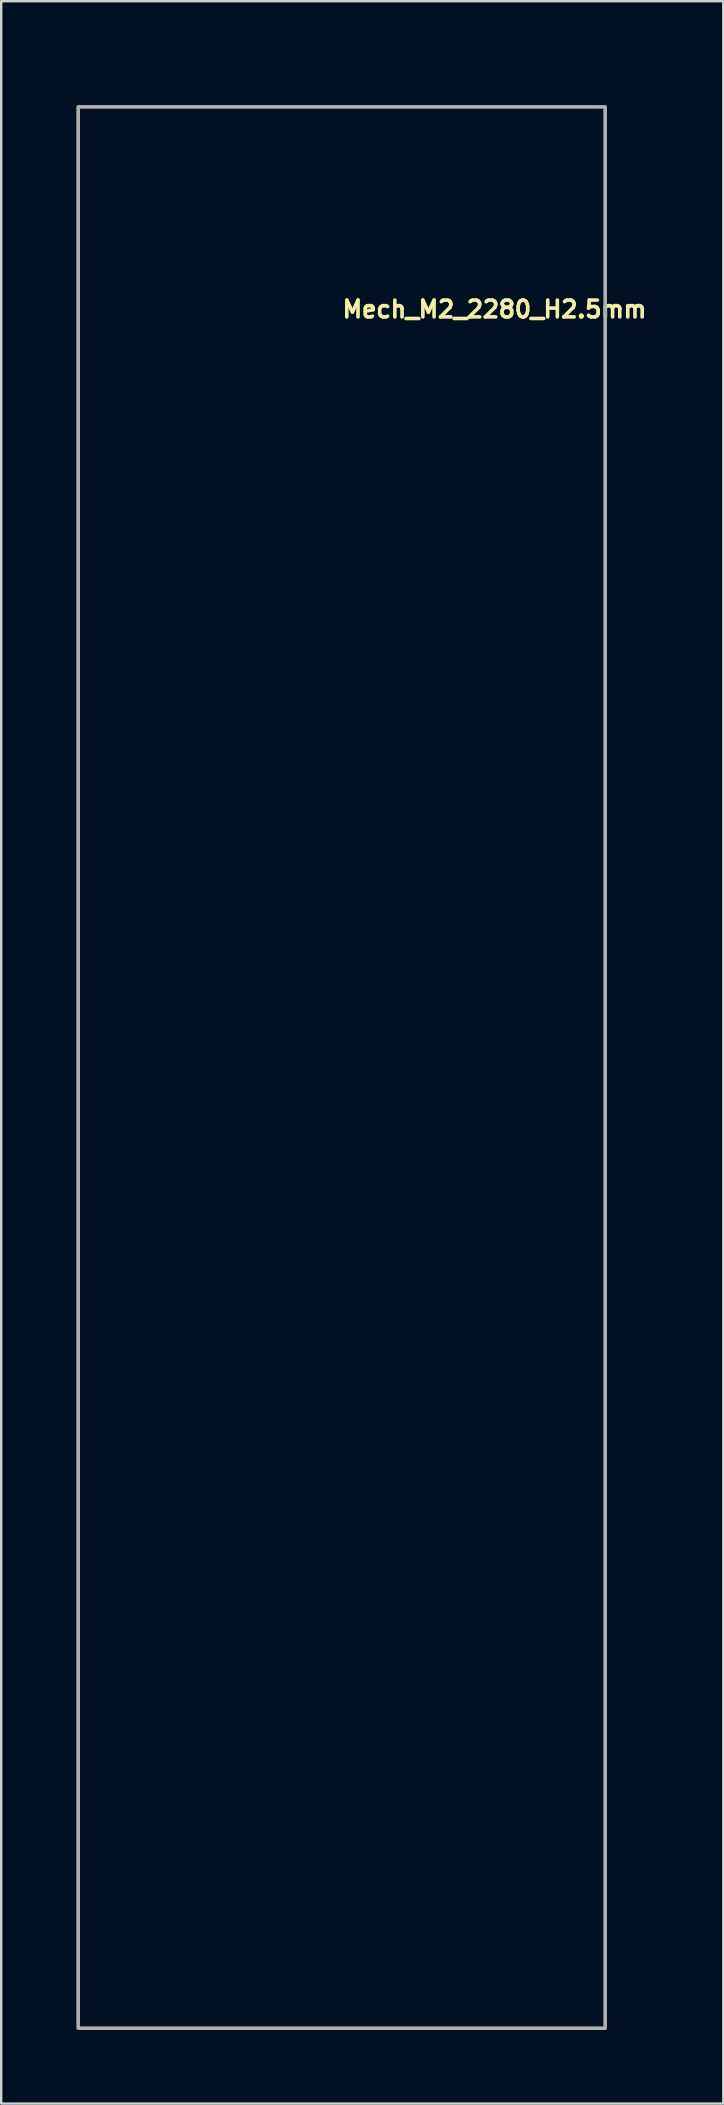
<source format=kicad_pcb>
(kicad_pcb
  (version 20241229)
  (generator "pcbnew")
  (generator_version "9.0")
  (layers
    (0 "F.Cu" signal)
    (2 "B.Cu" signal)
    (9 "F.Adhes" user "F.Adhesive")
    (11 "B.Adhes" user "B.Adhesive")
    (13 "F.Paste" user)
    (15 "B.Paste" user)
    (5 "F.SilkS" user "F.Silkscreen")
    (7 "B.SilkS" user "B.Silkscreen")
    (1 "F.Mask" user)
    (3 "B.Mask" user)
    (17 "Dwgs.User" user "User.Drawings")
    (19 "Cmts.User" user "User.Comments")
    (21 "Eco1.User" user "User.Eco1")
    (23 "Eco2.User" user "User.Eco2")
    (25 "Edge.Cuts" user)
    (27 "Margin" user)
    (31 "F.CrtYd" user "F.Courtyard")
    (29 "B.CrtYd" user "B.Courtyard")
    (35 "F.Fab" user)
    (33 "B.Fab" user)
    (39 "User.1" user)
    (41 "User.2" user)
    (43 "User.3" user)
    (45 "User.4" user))
  (footprint "Mech_M2_2280_H2.5mm"
    (layer "F.Cu")
    (at 11.127 1.35)
    (property "Reference" "Mech_M2_2280_H2.5mm" (at 0 8.89 180) (layer "F.SilkS") (effects (font (size 0.7 0.7) (thickness 0.15)) (justify left bottom)))
    (attr through_hole exclude_from_pos_files exclude_from_bom)
    (fp_line (start -11 0) (end -11 80.001) (stroke (width 0.2) (type solid)) (layer "Eco1.User"))
    (fp_line (start -11 80.001) (end 10.999 80.001) (stroke (width 0.2) (type solid)) (layer "Eco1.User"))
    (fp_line (start 10.999 0) (end -11 0) (stroke (width 0.2) (type solid)) (layer "Eco1.User"))
    (fp_line (start 10.999 80.001) (end 10.999 0) (stroke (width 0.2) (type solid)) (layer "Eco1.User"))
    (fp_circle (center 0 0) (end -1.25 0) (stroke (width 0.2) (type solid)) (fill no) (layer "Eco1.User"))
    (fp_rect (start -10.922 0.051) (end 11.024 80.061) (stroke (width 0.15) (type solid)) (fill no) (layer "F.Fab"))
    (fp_rect (start -11.077 0) (end 11.076 80.15) (stroke (width 0.1) (type solid)) (fill no) (layer "User.5"))
    (fp_rect (start -11.077 0) (end 11.076 80.15) (stroke (width 0.1) (type solid)) (fill no) (layer "User.5"))
    (fp_line (start -11.077 0) (end -11.077 6.296) (stroke (width 0.02) (type solid)) (layer "User.9"))
    (fp_line (start -11.077 6.296) (end -10.705 6.78) (stroke (width 0.02) (type solid)) (layer "User.9"))
    (fp_line (start -11.077 14.297) (end -11.077 67.087) (stroke (width 0.02) (type solid)) (layer "User.9"))
    (fp_line (start -11.077 74.41) (end -11.077 76.063) (stroke (width 0.02) (type solid)) (layer "User.9"))
    (fp_line (start -10.705 6.78) (end -10.705 13.781) (stroke (width 0.02) (type solid)) (layer "User.9"))
    (fp_line (start -10.705 13.781) (end -11.077 14.297) (stroke (width 0.02) (type solid)) (layer "User.9"))
    (fp_line (start -10.705 67.531) (end -11.077 67.087) (stroke (width 0.02) (type solid)) (layer "User.9"))
    (fp_line (start -10.705 67.531) (end -10.705 73.938) (stroke (width 0.02) (type solid)) (layer "User.9"))
    (fp_line (start -10.705 73.938) (end -11.077 74.41) (stroke (width 0.02) (type solid)) (layer "User.9"))
    (fp_line (start -10.276 29.629) (end -9.632 29.629) (stroke (width 0.02) (type solid)) (layer "User.9"))
    (fp_line (start -10.276 30.2) (end -10.276 29.629) (stroke (width 0.02) (type solid)) (layer "User.9"))
    (fp_line (start -10.269 76.078) (end -11.077 76.063) (stroke (width 0.02) (type solid)) (layer "User.9"))
    (fp_line (start -10.257 21.38) (end -9.789 21.38) (stroke (width 0.02) (type solid)) (layer "User.9"))
    (fp_line (start -10.257 21.931) (end -10.257 21.38) (stroke (width 0.02) (type solid)) (layer "User.9"))
    (fp_line (start -10.224 1.273) (end -10.212 1.173) (stroke (width 0.02) (type solid)) (layer "User.9"))
    (fp_line (start -10.224 1.274) (end -10.186 1.368) (stroke (width 0.02) (type solid)) (layer "User.9"))
    (fp_line (start -10.216 38.534) (end -10.216 38.963) (stroke (width 0.02) (type solid)) (layer "User.9"))
    (fp_line (start -10.216 38.963) (end -9.741 38.963) (stroke (width 0.02) (type solid)) (layer "User.9"))
    (fp_line (start -10.212 1.173) (end -10.186 1.112) (stroke (width 0.02) (type solid)) (layer "User.9"))
    (fp_line (start -10.212 23.658) (end -9.744 23.658) (stroke (width 0.02) (type solid)) (layer "User.9"))
    (fp_line (start -10.212 24.207) (end -10.212 23.658) (stroke (width 0.02) (type solid)) (layer "User.9"))
    (fp_line (start -10.186 1.112) (end -10.144 1.06) (stroke (width 0.02) (type solid)) (layer "User.9"))
    (fp_line (start -10.186 1.368) (end -10.144 1.423) (stroke (width 0.02) (type solid)) (layer "User.9"))
    (fp_line (start -10.183 36.656) (end -10.183 37.173) (stroke (width 0.02) (type solid)) (layer "User.9"))
    (fp_line (start -10.183 37.173) (end -9.792 37.173) (stroke (width 0.02) (type solid)) (layer "User.9"))
    (fp_line (start -10.148 76.129) (end -10.269 76.078) (stroke (width 0.02) (type solid)) (layer "User.9"))
    (fp_line (start -10.144 1.423) (end -10.091 1.463) (stroke (width 0.02) (type solid)) (layer "User.9"))
    (fp_line (start -10.093 74.435) (end -10.067 74.641) (stroke (width 0.02) (type solid)) (layer "User.9"))
    (fp_line (start -10.091 1.017) (end -10.144 1.06) (stroke (width 0.02) (type solid)) (layer "User.9"))
    (fp_line (start -10.091 1.463) (end -10.029 1.489) (stroke (width 0.02) (type solid)) (layer "User.9"))
    (fp_line (start -10.067 74.227) (end -10.093 74.435) (stroke (width 0.02) (type solid)) (layer "User.9"))
    (fp_line (start -10.067 74.227) (end -9.987 74.035) (stroke (width 0.02) (type solid)) (layer "User.9"))
    (fp_line (start -10.067 74.641) (end -9.987 74.834) (stroke (width 0.02) (type solid)) (layer "User.9"))
    (fp_line (start -10.045 76.209) (end -10.148 76.129) (stroke (width 0.02) (type solid)) (layer "User.9"))
    (fp_line (start -10.042 60.676) (end -10.042 60.015) (stroke (width 0.02) (type solid)) (layer "User.9"))
    (fp_line (start -10.042 60.676) (end -8.862 60.676) (stroke (width 0.02) (type solid)) (layer "User.9"))
    (fp_line (start -10.029 0.992) (end -10.091 1.017) (stroke (width 0.02) (type solid)) (layer "User.9"))
    (fp_line (start -10.013 34.887) (end -10.013 35.938) (stroke (width 0.02) (type solid)) (layer "User.9"))
    (fp_line (start -10.013 35.938) (end -9.317 35.938) (stroke (width 0.02) (type solid)) (layer "User.9"))
    (fp_line (start -9.987 74.035) (end -9.859 73.87) (stroke (width 0.02) (type solid)) (layer "User.9"))
    (fp_line (start -9.987 74.834) (end -9.859 75.001) (stroke (width 0.02) (type solid)) (layer "User.9"))
    (fp_line (start -9.971 67.682) (end -9.971 68.231) (stroke (width 0.02) (type solid)) (layer "User.9"))
    (fp_line (start -9.971 67.682) (end -9.503 67.682) (stroke (width 0.02) (type solid)) (layer "User.9"))
    (fp_line (start -9.965 76.313) (end -10.045 76.209) (stroke (width 0.02) (type solid)) (layer "User.9"))
    (fp_line (start -9.962 0.983) (end -10.029 0.992) (stroke (width 0.02) (type solid)) (layer "User.9"))
    (fp_line (start -9.962 0.983) (end -9.897 0.992) (stroke (width 0.02) (type solid)) (layer "User.9"))
    (fp_line (start -9.962 1.499) (end -10.029 1.489) (stroke (width 0.02) (type solid)) (layer "User.9"))
    (fp_line (start -9.952 9.967) (end -9.484 9.967) (stroke (width 0.02) (type solid)) (layer "User.9"))
    (fp_line (start -9.952 10.518) (end -9.952 9.967) (stroke (width 0.02) (type solid)) (layer "User.9"))
    (fp_line (start -9.915 76.433) (end -9.965 76.313) (stroke (width 0.02) (type solid)) (layer "User.9"))
    (fp_line (start -9.898 76.563) (end -9.915 76.433) (stroke (width 0.02) (type solid)) (layer "User.9"))
    (fp_line (start -9.898 76.563) (end -9.898 80.15) (stroke (width 0.02) (type solid)) (layer "User.9"))
    (fp_line (start -9.898 80.15) (end -6.829 80.15) (stroke (width 0.02) (type solid)) (layer "User.9"))
    (fp_line (start -9.897 0.992) (end -9.833 1.017) (stroke (width 0.02) (type solid)) (layer "User.9"))
    (fp_line (start -9.897 1.489) (end -9.962 1.499) (stroke (width 0.02) (type solid)) (layer "User.9"))
    (fp_line (start -9.897 1.489) (end -9.833 1.463) (stroke (width 0.02) (type solid)) (layer "User.9"))
    (fp_line (start -9.862 7.7) (end -9.394 7.7) (stroke (width 0.02) (type solid)) (layer "User.9"))
    (fp_line (start -9.862 8.249) (end -9.862 7.7) (stroke (width 0.02) (type solid)) (layer "User.9"))
    (fp_line (start -9.859 62.197) (end -9.859 61.728) (stroke (width 0.02) (type solid)) (layer "User.9"))
    (fp_line (start -9.859 73.87) (end -9.695 73.742) (stroke (width 0.02) (type solid)) (layer "User.9"))
    (fp_line (start -9.849 70.453) (end -9.849 72.23) (stroke (width 0.02) (type solid)) (layer "User.9"))
    (fp_line (start -9.849 70.453) (end -8.527 70.453) (stroke (width 0.02) (type solid)) (layer "User.9"))
    (fp_line (start -9.833 1.017) (end -9.779 1.06) (stroke (width 0.02) (type solid)) (layer "User.9"))
    (fp_line (start -9.792 36.656) (end -10.183 36.656) (stroke (width 0.02) (type solid)) (layer "User.9"))
    (fp_line (start -9.792 37.173) (end -9.792 36.656) (stroke (width 0.02) (type solid)) (layer "User.9"))
    (fp_line (start -9.789 21.931) (end -10.257 21.931) (stroke (width 0.02) (type solid)) (layer "User.9"))
    (fp_line (start -9.789 21.931) (end -9.789 21.38) (stroke (width 0.02) (type solid)) (layer "User.9"))
    (fp_line (start -9.779 1.423) (end -9.833 1.463) (stroke (width 0.02) (type solid)) (layer "User.9"))
    (fp_line (start -9.779 1.423) (end -9.74 1.368) (stroke (width 0.02) (type solid)) (layer "User.9"))
    (fp_line (start -9.744 24.207) (end -10.212 24.207) (stroke (width 0.02) (type solid)) (layer "User.9"))
    (fp_line (start -9.744 24.207) (end -9.744 23.658) (stroke (width 0.02) (type solid)) (layer "User.9"))
    (fp_line (start -9.741 38.534) (end -10.216 38.534) (stroke (width 0.02) (type solid)) (layer "User.9"))
    (fp_line (start -9.741 38.963) (end -9.741 38.534) (stroke (width 0.02) (type solid)) (layer "User.9"))
    (fp_line (start -9.74 1.112) (end -9.779 1.06) (stroke (width 0.02) (type solid)) (layer "User.9"))
    (fp_line (start -9.74 1.368) (end -9.715 1.308) (stroke (width 0.02) (type solid)) (layer "User.9"))
    (fp_line (start -9.715 1.173) (end -9.74 1.112) (stroke (width 0.02) (type solid)) (layer "User.9"))
    (fp_line (start -9.705 1.241) (end -9.715 1.173) (stroke (width 0.02) (type solid)) (layer "User.9"))
    (fp_line (start -9.705 1.241) (end -9.715 1.308) (stroke (width 0.02) (type solid)) (layer "User.9"))
    (fp_line (start -9.695 73.742) (end -9.5 73.662) (stroke (width 0.02) (type solid)) (layer "User.9"))
    (fp_line (start -9.695 75.126) (end -9.859 75.001) (stroke (width 0.02) (type solid)) (layer "User.9"))
    (fp_line (start -9.632 29.629) (end -9.632 30.2) (stroke (width 0.02) (type solid)) (layer "User.9"))
    (fp_line (start -9.632 30.2) (end -10.276 30.2) (stroke (width 0.02) (type solid)) (layer "User.9"))
    (fp_line (start -9.503 67.682) (end -9.503 68.231) (stroke (width 0.02) (type solid)) (layer "User.9"))
    (fp_line (start -9.503 68.231) (end -9.971 68.231) (stroke (width 0.02) (type solid)) (layer "User.9"))
    (fp_line (start -9.5 75.206) (end -9.695 75.126) (stroke (width 0.02) (type solid)) (layer "User.9"))
    (fp_line (start -9.484 10.518) (end -9.952 10.518) (stroke (width 0.02) (type solid)) (layer "User.9"))
    (fp_line (start -9.484 10.518) (end -9.484 9.967) (stroke (width 0.02) (type solid)) (layer "User.9"))
    (fp_line (start -9.463 40.706) (end 0.934 40.706) (stroke (width 0.02) (type solid)) (layer "User.9"))
    (fp_line (start -9.463 54.484) (end -9.463 40.706) (stroke (width 0.02) (type solid)) (layer "User.9"))
    (fp_line (start -9.394 8.249) (end -9.862 8.249) (stroke (width 0.02) (type solid)) (layer "User.9"))
    (fp_line (start -9.394 8.249) (end -9.394 7.7) (stroke (width 0.02) (type solid)) (layer "User.9"))
    (fp_line (start -9.33 37.005) (end -9.33 39.005) (stroke (width 0.02) (type solid)) (layer "User.9"))
    (fp_line (start -9.33 37.005) (end -6.629 37.005) (stroke (width 0.02) (type solid)) (layer "User.9"))
    (fp_line (start -9.33 39.005) (end -6.629 39.005) (stroke (width 0.02) (type solid)) (layer "User.9"))
    (fp_line (start -9.317 34.887) (end -10.013 34.887) (stroke (width 0.02) (type solid)) (layer "User.9"))
    (fp_line (start -9.317 35.938) (end -9.317 34.887) (stroke (width 0.02) (type solid)) (layer "User.9"))
    (fp_line (start -9.311 61.728) (end -9.859 61.728) (stroke (width 0.02) (type solid)) (layer "User.9"))
    (fp_line (start -9.311 62.197) (end -9.859 62.197) (stroke (width 0.02) (type solid)) (layer "User.9"))
    (fp_line (start -9.311 62.197) (end -9.311 61.728) (stroke (width 0.02) (type solid)) (layer "User.9"))
    (fp_line (start -9.295 73.635) (end -9.5 73.662) (stroke (width 0.02) (type solid)) (layer "User.9"))
    (fp_line (start -9.295 73.635) (end -9.087 73.662) (stroke (width 0.02) (type solid)) (layer "User.9"))
    (fp_line (start -9.295 75.233) (end -9.5 75.206) (stroke (width 0.02) (type solid)) (layer "User.9"))
    (fp_line (start -9.212 1.173) (end -9.221 1.241) (stroke (width 0.02) (type solid)) (layer "User.9"))
    (fp_line (start -9.212 1.308) (end -9.221 1.241) (stroke (width 0.02) (type solid)) (layer "User.9"))
    (fp_line (start -9.186 1.112) (end -9.212 1.173) (stroke (width 0.02) (type solid)) (layer "User.9"))
    (fp_line (start -9.186 1.112) (end -9.144 1.06) (stroke (width 0.02) (type solid)) (layer "User.9"))
    (fp_line (start -9.186 1.368) (end -9.212 1.308) (stroke (width 0.02) (type solid)) (layer "User.9"))
    (fp_line (start -9.144 1.06) (end -9.09 1.017) (stroke (width 0.02) (type solid)) (layer "User.9"))
    (fp_line (start -9.144 1.423) (end -9.186 1.368) (stroke (width 0.02) (type solid)) (layer "User.9"))
    (fp_line (start -9.1 4.184) (end 9.102 4.184) (stroke (width 0.02) (type solid)) (layer "User.9"))
    (fp_line (start -9.1 18.385) (end -9.1 4.184) (stroke (width 0.02) (type solid)) (layer "User.9"))
    (fp_line (start -9.1 19.585) (end 9.102 19.585) (stroke (width 0.02) (type solid)) (layer "User.9"))
    (fp_line (start -9.1 33.783) (end -9.1 19.585) (stroke (width 0.02) (type solid)) (layer "User.9"))
    (fp_line (start -9.09 1.017) (end -9.029 0.992) (stroke (width 0.02) (type solid)) (layer "User.9"))
    (fp_line (start -9.09 1.463) (end -9.144 1.423) (stroke (width 0.02) (type solid)) (layer "User.9"))
    (fp_line (start -9.088 73.662) (end -8.894 73.742) (stroke (width 0.02) (type solid)) (layer "User.9"))
    (fp_line (start -9.087 75.206) (end -9.295 75.233) (stroke (width 0.02) (type solid)) (layer "User.9"))
    (fp_line (start -9.029 1.489) (end -9.09 1.463) (stroke (width 0.02) (type solid)) (layer "User.9"))
    (fp_line (start -8.962 0.983) (end -9.029 0.992) (stroke (width 0.02) (type solid)) (layer "User.9"))
    (fp_line (start -8.962 0.983) (end -8.897 0.992) (stroke (width 0.02) (type solid)) (layer "User.9"))
    (fp_line (start -8.962 1.499) (end -9.029 1.489) (stroke (width 0.02) (type solid)) (layer "User.9"))
    (fp_line (start -8.897 1.489) (end -8.962 1.499) (stroke (width 0.02) (type solid)) (layer "User.9"))
    (fp_line (start -8.894 73.742) (end -8.729 73.87) (stroke (width 0.02) (type solid)) (layer "User.9"))
    (fp_line (start -8.894 75.126) (end -9.087 75.206) (stroke (width 0.02) (type solid)) (layer "User.9"))
    (fp_line (start -8.862 60.015) (end -10.042 60.015) (stroke (width 0.02) (type solid)) (layer "User.9"))
    (fp_line (start -8.862 60.015) (end -8.862 60.676) (stroke (width 0.02) (type solid)) (layer "User.9"))
    (fp_line (start -8.834 1.017) (end -8.897 0.992) (stroke (width 0.02) (type solid)) (layer "User.9"))
    (fp_line (start -8.834 1.463) (end -8.897 1.489) (stroke (width 0.02) (type solid)) (layer "User.9"))
    (fp_line (start -8.779 1.06) (end -8.834 1.017) (stroke (width 0.02) (type solid)) (layer "User.9"))
    (fp_line (start -8.779 1.06) (end -8.74 1.112) (stroke (width 0.02) (type solid)) (layer "User.9"))
    (fp_line (start -8.779 1.423) (end -8.834 1.463) (stroke (width 0.02) (type solid)) (layer "User.9"))
    (fp_line (start -8.74 1.112) (end -8.715 1.173) (stroke (width 0.02) (type solid)) (layer "User.9"))
    (fp_line (start -8.74 1.368) (end -8.779 1.423) (stroke (width 0.02) (type solid)) (layer "User.9"))
    (fp_line (start -8.74 1.368) (end -8.715 1.308) (stroke (width 0.02) (type solid)) (layer "User.9"))
    (fp_line (start -8.729 73.87) (end -8.603 74.035) (stroke (width 0.02) (type solid)) (layer "User.9"))
    (fp_line (start -8.729 75.001) (end -8.894 75.126) (stroke (width 0.02) (type solid)) (layer "User.9"))
    (fp_line (start -8.729 75.001) (end -8.603 74.834) (stroke (width 0.02) (type solid)) (layer "User.9"))
    (fp_line (start -8.715 1.173) (end -8.705 1.241) (stroke (width 0.02) (type solid)) (layer "User.9"))
    (fp_line (start -8.705 1.241) (end -8.715 1.308) (stroke (width 0.02) (type solid)) (layer "User.9"))
    (fp_line (start -8.702 65.167) (end -8.702 64.7) (stroke (width 0.02) (type solid)) (layer "User.9"))
    (fp_line (start -8.603 74.035) (end -8.523 74.227) (stroke (width 0.02) (type solid)) (layer "User.9"))
    (fp_line (start -8.527 72.23) (end -9.849 72.23) (stroke (width 0.02) (type solid)) (layer "User.9"))
    (fp_line (start -8.527 72.23) (end -8.527 70.453) (stroke (width 0.02) (type solid)) (layer "User.9"))
    (fp_line (start -8.523 74.227) (end -8.494 74.435) (stroke (width 0.02) (type solid)) (layer "User.9"))
    (fp_line (start -8.523 74.641) (end -8.603 74.834) (stroke (width 0.02) (type solid)) (layer "User.9"))
    (fp_line (start -8.494 74.435) (end -8.523 74.641) (stroke (width 0.02) (type solid)) (layer "User.9"))
    (fp_line (start -8.266 35.228) (end -8.266 35.616) (stroke (width 0.02) (type solid)) (layer "User.9"))
    (fp_line (start -8.266 35.616) (end -7.749 35.616) (stroke (width 0.02) (type solid)) (layer "User.9"))
    (fp_line (start -8.221 1.241) (end -8.212 1.173) (stroke (width 0.02) (type solid)) (layer "User.9"))
    (fp_line (start -8.221 2.341) (end -8.212 2.407) (stroke (width 0.02) (type solid)) (layer "User.9"))
    (fp_line (start -8.212 1.308) (end -8.221 1.241) (stroke (width 0.02) (type solid)) (layer "User.9"))
    (fp_line (start -8.212 2.273) (end -8.221 2.341) (stroke (width 0.02) (type solid)) (layer "User.9"))
    (fp_line (start -8.212 2.407) (end -8.186 2.468) (stroke (width 0.02) (type solid)) (layer "User.9"))
    (fp_line (start -8.186 1.112) (end -8.212 1.173) (stroke (width 0.02) (type solid)) (layer "User.9"))
    (fp_line (start -8.186 1.112) (end -8.144 1.06) (stroke (width 0.02) (type solid)) (layer "User.9"))
    (fp_line (start -8.186 1.368) (end -8.212 1.308) (stroke (width 0.02) (type solid)) (layer "User.9"))
    (fp_line (start -8.186 2.213) (end -8.212 2.273) (stroke (width 0.02) (type solid)) (layer "User.9"))
    (fp_line (start -8.186 2.213) (end -8.144 2.158) (stroke (width 0.02) (type solid)) (layer "User.9"))
    (fp_line (start -8.186 2.468) (end -8.144 2.523) (stroke (width 0.02) (type solid)) (layer "User.9"))
    (fp_line (start -8.151 64.7) (end -8.702 64.7) (stroke (width 0.02) (type solid)) (layer "User.9"))
    (fp_line (start -8.151 64.7) (end -8.151 65.167) (stroke (width 0.02) (type solid)) (layer "User.9"))
    (fp_line (start -8.151 65.167) (end -8.702 65.167) (stroke (width 0.02) (type solid)) (layer "User.9"))
    (fp_line (start -8.144 1.06) (end -8.09 1.017) (stroke (width 0.02) (type solid)) (layer "User.9"))
    (fp_line (start -8.144 1.423) (end -8.186 1.368) (stroke (width 0.02) (type solid)) (layer "User.9"))
    (fp_line (start -8.144 2.158) (end -8.09 2.119) (stroke (width 0.02) (type solid)) (layer "User.9"))
    (fp_line (start -8.09 1.017) (end -8.029 0.992) (stroke (width 0.02) (type solid)) (layer "User.9"))
    (fp_line (start -8.09 1.463) (end -8.144 1.423) (stroke (width 0.02) (type solid)) (layer "User.9"))
    (fp_line (start -8.09 2.119) (end -8.029 2.092) (stroke (width 0.02) (type solid)) (layer "User.9"))
    (fp_line (start -8.09 2.564) (end -8.144 2.523) (stroke (width 0.02) (type solid)) (layer "User.9"))
    (fp_line (start -8.029 0.992) (end -7.962 0.983) (stroke (width 0.02) (type solid)) (layer "User.9"))
    (fp_line (start -8.029 1.489) (end -8.09 1.463) (stroke (width 0.02) (type solid)) (layer "User.9"))
    (fp_line (start -8.029 2.092) (end -7.962 2.084) (stroke (width 0.02) (type solid)) (layer "User.9"))
    (fp_line (start -8.029 2.588) (end -8.09 2.564) (stroke (width 0.02) (type solid)) (layer "User.9"))
    (fp_line (start -7.962 0.983) (end -7.895 0.992) (stroke (width 0.02) (type solid)) (layer "User.9"))
    (fp_line (start -7.962 1.499) (end -8.029 1.489) (stroke (width 0.02) (type solid)) (layer "User.9"))
    (fp_line (start -7.962 2.084) (end -7.895 2.092) (stroke (width 0.02) (type solid)) (layer "User.9"))
    (fp_line (start -7.962 2.597) (end -8.029 2.588) (stroke (width 0.02) (type solid)) (layer "User.9"))
    (fp_line (start -7.895 1.489) (end -7.962 1.499) (stroke (width 0.02) (type solid)) (layer "User.9"))
    (fp_line (start -7.895 2.092) (end -7.834 2.119) (stroke (width 0.02) (type solid)) (layer "User.9"))
    (fp_line (start -7.895 2.588) (end -7.962 2.597) (stroke (width 0.02) (type solid)) (layer "User.9"))
    (fp_line (start -7.834 1.017) (end -7.895 0.992) (stroke (width 0.02) (type solid)) (layer "User.9"))
    (fp_line (start -7.834 1.463) (end -7.895 1.489) (stroke (width 0.02) (type solid)) (layer "User.9"))
    (fp_line (start -7.834 2.564) (end -7.895 2.588) (stroke (width 0.02) (type solid)) (layer "User.9"))
    (fp_line (start -7.781 1.06) (end -7.834 1.017) (stroke (width 0.02) (type solid)) (layer "User.9"))
    (fp_line (start -7.781 1.423) (end -7.834 1.463) (stroke (width 0.02) (type solid)) (layer "User.9"))
    (fp_line (start -7.781 2.158) (end -7.834 2.119) (stroke (width 0.02) (type solid)) (layer "User.9"))
    (fp_line (start -7.781 2.158) (end -7.739 2.213) (stroke (width 0.02) (type solid)) (layer "User.9"))
    (fp_line (start -7.781 2.523) (end -7.834 2.564) (stroke (width 0.02) (type solid)) (layer "User.9"))
    (fp_line (start -7.749 35.228) (end -8.266 35.228) (stroke (width 0.02) (type solid)) (layer "User.9"))
    (fp_line (start -7.749 35.616) (end -7.749 35.228) (stroke (width 0.02) (type solid)) (layer "User.9"))
    (fp_line (start -7.739 1.112) (end -7.781 1.06) (stroke (width 0.02) (type solid)) (layer "User.9"))
    (fp_line (start -7.739 1.112) (end -7.715 1.173) (stroke (width 0.02) (type solid)) (layer "User.9"))
    (fp_line (start -7.739 1.368) (end -7.781 1.423) (stroke (width 0.02) (type solid)) (layer "User.9"))
    (fp_line (start -7.739 2.213) (end -7.715 2.273) (stroke (width 0.02) (type solid)) (layer "User.9"))
    (fp_line (start -7.739 2.468) (end -7.781 2.523) (stroke (width 0.02) (type solid)) (layer "User.9"))
    (fp_line (start -7.739 2.468) (end -7.715 2.407) (stroke (width 0.02) (type solid)) (layer "User.9"))
    (fp_line (start -7.715 1.173) (end -7.704 1.241) (stroke (width 0.02) (type solid)) (layer "User.9"))
    (fp_line (start -7.715 1.308) (end -7.739 1.368) (stroke (width 0.02) (type solid)) (layer "User.9"))
    (fp_line (start -7.715 2.273) (end -7.704 2.341) (stroke (width 0.02) (type solid)) (layer "User.9"))
    (fp_line (start -7.704 1.241) (end -7.715 1.308) (stroke (width 0.02) (type solid)) (layer "User.9"))
    (fp_line (start -7.704 2.341) (end -7.715 2.407) (stroke (width 0.02) (type solid)) (layer "User.9"))
    (fp_line (start -7.22 2.341) (end -7.212 2.273) (stroke (width 0.02) (type solid)) (layer "User.9"))
    (fp_line (start -7.212 1.173) (end -7.22 1.241) (stroke (width 0.02) (type solid)) (layer "User.9"))
    (fp_line (start -7.212 1.308) (end -7.22 1.241) (stroke (width 0.02) (type solid)) (layer "User.9"))
    (fp_line (start -7.212 2.407) (end -7.22 2.341) (stroke (width 0.02) (type solid)) (layer "User.9"))
    (fp_line (start -7.185 1.112) (end -7.212 1.173) (stroke (width 0.02) (type solid)) (layer "User.9"))
    (fp_line (start -7.185 1.112) (end -7.145 1.06) (stroke (width 0.02) (type solid)) (layer "User.9"))
    (fp_line (start -7.185 1.368) (end -7.212 1.308) (stroke (width 0.02) (type solid)) (layer "User.9"))
    (fp_line (start -7.185 2.213) (end -7.212 2.273) (stroke (width 0.02) (type solid)) (layer "User.9"))
    (fp_line (start -7.185 2.468) (end -7.212 2.407) (stroke (width 0.02) (type solid)) (layer "User.9"))
    (fp_line (start -7.175 56.67) (end -7.175 72.42) (stroke (width 0.02) (type solid)) (layer "User.9"))
    (fp_line (start -7.175 56.67) (end 8.724 56.67) (stroke (width 0.02) (type solid)) (layer "User.9"))
    (fp_line (start -7.175 72.42) (end 8.102 72.42) (stroke (width 0.02) (type solid)) (layer "User.9"))
    (fp_line (start -7.145 1.06) (end -7.092 1.017) (stroke (width 0.02) (type solid)) (layer "User.9"))
    (fp_line (start -7.145 1.423) (end -7.185 1.368) (stroke (width 0.02) (type solid)) (layer "User.9"))
    (fp_line (start -7.145 2.158) (end -7.185 2.213) (stroke (width 0.02) (type solid)) (layer "User.9"))
    (fp_line (start -7.145 2.523) (end -7.185 2.468) (stroke (width 0.02) (type solid)) (layer "User.9"))
    (fp_line (start -7.092 1.017) (end -7.028 0.992) (stroke (width 0.02) (type solid)) (layer "User.9"))
    (fp_line (start -7.092 1.463) (end -7.145 1.423) (stroke (width 0.02) (type solid)) (layer "User.9"))
    (fp_line (start -7.092 2.119) (end -7.145 2.158) (stroke (width 0.02) (type solid)) (layer "User.9"))
    (fp_line (start -7.092 2.119) (end -7.028 2.092) (stroke (width 0.02) (type solid)) (layer "User.9"))
    (fp_line (start -7.092 2.564) (end -7.145 2.523) (stroke (width 0.02) (type solid)) (layer "User.9"))
    (fp_line (start -7.028 0.992) (end -6.962 0.983) (stroke (width 0.02) (type solid)) (layer "User.9"))
    (fp_line (start -7.028 1.489) (end -7.092 1.463) (stroke (width 0.02) (type solid)) (layer "User.9"))
    (fp_line (start -7.028 2.092) (end -6.962 2.084) (stroke (width 0.02) (type solid)) (layer "User.9"))
    (fp_line (start -7.028 2.588) (end -7.092 2.564) (stroke (width 0.02) (type solid)) (layer "User.9"))
    (fp_line (start -6.962 0.983) (end -6.895 0.992) (stroke (width 0.02) (type solid)) (layer "User.9"))
    (fp_line (start -6.962 1.499) (end -7.028 1.489) (stroke (width 0.02) (type solid)) (layer "User.9"))
    (fp_line (start -6.962 2.084) (end -6.895 2.092) (stroke (width 0.02) (type solid)) (layer "User.9"))
    (fp_line (start -6.962 2.597) (end -7.028 2.588) (stroke (width 0.02) (type solid)) (layer "User.9"))
    (fp_line (start -6.895 0.992) (end -6.834 1.017) (stroke (width 0.02) (type solid)) (layer "User.9"))
    (fp_line (start -6.895 1.489) (end -6.962 1.499) (stroke (width 0.02) (type solid)) (layer "User.9"))
    (fp_line (start -6.895 2.092) (end -6.834 2.119) (stroke (width 0.02) (type solid)) (layer "User.9"))
    (fp_line (start -6.895 2.588) (end -6.962 2.597) (stroke (width 0.02) (type solid)) (layer "User.9"))
    (fp_line (start -6.834 1.463) (end -6.895 1.489) (stroke (width 0.02) (type solid)) (layer "User.9"))
    (fp_line (start -6.834 2.564) (end -6.895 2.588) (stroke (width 0.02) (type solid)) (layer "User.9"))
    (fp_line (start -6.829 80.15) (end -6.805 77.087) (stroke (width 0.02) (type solid)) (layer "User.9"))
    (fp_line (start -6.781 1.06) (end -6.834 1.017) (stroke (width 0.02) (type solid)) (layer "User.9"))
    (fp_line (start -6.781 1.423) (end -6.834 1.463) (stroke (width 0.02) (type solid)) (layer "User.9"))
    (fp_line (start -6.781 1.423) (end -6.739 1.368) (stroke (width 0.02) (type solid)) (layer "User.9"))
    (fp_line (start -6.781 2.158) (end -6.834 2.119) (stroke (width 0.02) (type solid)) (layer "User.9"))
    (fp_line (start -6.781 2.523) (end -6.834 2.564) (stroke (width 0.02) (type solid)) (layer "User.9"))
    (fp_line (start -6.739 1.112) (end -6.781 1.06) (stroke (width 0.02) (type solid)) (layer "User.9"))
    (fp_line (start -6.739 1.112) (end -6.715 1.173) (stroke (width 0.02) (type solid)) (layer "User.9"))
    (fp_line (start -6.739 1.368) (end -6.715 1.308) (stroke (width 0.02) (type solid)) (layer "User.9"))
    (fp_line (start -6.739 2.213) (end -6.781 2.158) (stroke (width 0.02) (type solid)) (layer "User.9"))
    (fp_line (start -6.739 2.213) (end -6.715 2.273) (stroke (width 0.02) (type solid)) (layer "User.9"))
    (fp_line (start -6.739 2.468) (end -6.781 2.523) (stroke (width 0.02) (type solid)) (layer "User.9"))
    (fp_line (start -6.736 76.918) (end -6.805 77.087) (stroke (width 0.02) (type solid)) (layer "User.9"))
    (fp_line (start -6.715 1.173) (end -6.704 1.241) (stroke (width 0.02) (type solid)) (layer "User.9"))
    (fp_line (start -6.715 2.273) (end -6.704 2.341) (stroke (width 0.02) (type solid)) (layer "User.9"))
    (fp_line (start -6.715 2.407) (end -6.739 2.468) (stroke (width 0.02) (type solid)) (layer "User.9"))
    (fp_line (start -6.704 1.241) (end -6.715 1.308) (stroke (width 0.02) (type solid)) (layer "User.9"))
    (fp_line (start -6.704 2.341) (end -6.715 2.407) (stroke (width 0.02) (type solid)) (layer "User.9"))
    (fp_line (start -6.629 39.005) (end -6.629 37.005) (stroke (width 0.02) (type solid)) (layer "User.9"))
    (fp_line (start -6.624 76.772) (end -6.736 76.918) (stroke (width 0.02) (type solid)) (layer "User.9"))
    (fp_line (start -6.576 75.843) (end -6.576 75.376) (stroke (width 0.02) (type solid)) (layer "User.9"))
    (fp_line (start -6.563 16.3) (end 8.137 16.3) (stroke (width 0.02) (type solid)) (layer "User.9"))
    (fp_line (start -6.563 71.981) (end -6.563 16.3) (stroke (width 0.02) (type solid)) (layer "User.9"))
    (fp_line (start -6.478 76.662) (end -6.624 76.772) (stroke (width 0.02) (type solid)) (layer "User.9"))
    (fp_line (start -6.31 76.593) (end -6.478 76.662) (stroke (width 0.02) (type solid)) (layer "User.9"))
    (fp_line (start -6.31 76.593) (end -6.129 76.569) (stroke (width 0.02) (type solid)) (layer "User.9"))
    (fp_line (start -6.212 1.173) (end -6.22 1.241) (stroke (width 0.02) (type solid)) (layer "User.9"))
    (fp_line (start -6.212 1.308) (end -6.22 1.241) (stroke (width 0.02) (type solid)) (layer "User.9"))
    (fp_line (start -6.212 2.273) (end -6.22 2.341) (stroke (width 0.02) (type solid)) (layer "User.9"))
    (fp_line (start -6.212 2.407) (end -6.22 2.341) (stroke (width 0.02) (type solid)) (layer "User.9"))
    (fp_line (start -6.185 1.112) (end -6.212 1.173) (stroke (width 0.02) (type solid)) (layer "User.9"))
    (fp_line (start -6.185 1.112) (end -6.145 1.06) (stroke (width 0.02) (type solid)) (layer "User.9"))
    (fp_line (start -6.185 1.368) (end -6.212 1.308) (stroke (width 0.02) (type solid)) (layer "User.9"))
    (fp_line (start -6.185 2.213) (end -6.212 2.273) (stroke (width 0.02) (type solid)) (layer "User.9"))
    (fp_line (start -6.185 2.213) (end -6.145 2.158) (stroke (width 0.02) (type solid)) (layer "User.9"))
    (fp_line (start -6.185 2.468) (end -6.212 2.407) (stroke (width 0.02) (type solid)) (layer "User.9"))
    (fp_line (start -6.145 1.06) (end -6.092 1.017) (stroke (width 0.02) (type solid)) (layer "User.9"))
    (fp_line (start -6.145 1.423) (end -6.185 1.368) (stroke (width 0.02) (type solid)) (layer "User.9"))
    (fp_line (start -6.145 2.158) (end -6.092 2.119) (stroke (width 0.02) (type solid)) (layer "User.9"))
    (fp_line (start -6.145 2.523) (end -6.185 2.468) (stroke (width 0.02) (type solid)) (layer "User.9"))
    (fp_line (start -6.092 1.017) (end -6.028 0.992) (stroke (width 0.02) (type solid)) (layer "User.9"))
    (fp_line (start -6.092 1.463) (end -6.145 1.423) (stroke (width 0.02) (type solid)) (layer "User.9"))
    (fp_line (start -6.092 2.119) (end -6.028 2.092) (stroke (width 0.02) (type solid)) (layer "User.9"))
    (fp_line (start -6.092 2.564) (end -6.145 2.523) (stroke (width 0.02) (type solid)) (layer "User.9"))
    (fp_line (start -6.066 73.98) (end -6.066 74.529) (stroke (width 0.02) (type solid)) (layer "User.9"))
    (fp_line (start -6.066 73.98) (end -5.598 73.98) (stroke (width 0.02) (type solid)) (layer "User.9"))
    (fp_line (start -6.028 0.992) (end -5.962 0.983) (stroke (width 0.02) (type solid)) (layer "User.9"))
    (fp_line (start -6.028 1.489) (end -6.092 1.463) (stroke (width 0.02) (type solid)) (layer "User.9"))
    (fp_line (start -6.028 2.092) (end -5.962 2.084) (stroke (width 0.02) (type solid)) (layer "User.9"))
    (fp_line (start -6.028 2.588) (end -6.092 2.564) (stroke (width 0.02) (type solid)) (layer "User.9"))
    (fp_line (start -6.026 75.376) (end -6.576 75.376) (stroke (width 0.02) (type solid)) (layer "User.9"))
    (fp_line (start -6.026 75.843) (end -6.576 75.843) (stroke (width 0.02) (type solid)) (layer "User.9"))
    (fp_line (start -6.026 75.843) (end -6.026 75.376) (stroke (width 0.02) (type solid)) (layer "User.9"))
    (fp_line (start -5.962 0.983) (end -5.895 0.992) (stroke (width 0.02) (type solid)) (layer "User.9"))
    (fp_line (start -5.962 1.499) (end -6.028 1.489) (stroke (width 0.02) (type solid)) (layer "User.9"))
    (fp_line (start -5.962 2.084) (end -5.895 2.092) (stroke (width 0.02) (type solid)) (layer "User.9"))
    (fp_line (start -5.962 2.597) (end -6.028 2.588) (stroke (width 0.02) (type solid)) (layer "User.9"))
    (fp_line (start -5.951 76.593) (end -6.129 76.569) (stroke (width 0.02) (type solid)) (layer "User.9"))
    (fp_line (start -5.895 1.489) (end -5.962 1.499) (stroke (width 0.02) (type solid)) (layer "User.9"))
    (fp_line (start -5.895 2.588) (end -5.962 2.597) (stroke (width 0.02) (type solid)) (layer "User.9"))
    (fp_line (start -5.834 1.017) (end -5.895 0.992) (stroke (width 0.02) (type solid)) (layer "User.9"))
    (fp_line (start -5.834 1.463) (end -5.895 1.489) (stroke (width 0.02) (type solid)) (layer "User.9"))
    (fp_line (start -5.834 2.119) (end -5.895 2.092) (stroke (width 0.02) (type solid)) (layer "User.9"))
    (fp_line (start -5.834 2.119) (end -5.781 2.158) (stroke (width 0.02) (type solid)) (layer "User.9"))
    (fp_line (start -5.834 2.564) (end -5.895 2.588) (stroke (width 0.02) (type solid)) (layer "User.9"))
    (fp_line (start -5.834 2.564) (end -5.781 2.523) (stroke (width 0.02) (type solid)) (layer "User.9"))
    (fp_line (start -5.781 1.06) (end -5.834 1.017) (stroke (width 0.02) (type solid)) (layer "User.9"))
    (fp_line (start -5.781 1.423) (end -5.834 1.463) (stroke (width 0.02) (type solid)) (layer "User.9"))
    (fp_line (start -5.781 1.423) (end -5.739 1.368) (stroke (width 0.02) (type solid)) (layer "User.9"))
    (fp_line (start -5.781 2.158) (end -5.739 2.213) (stroke (width 0.02) (type solid)) (layer "User.9"))
    (fp_line (start -5.781 2.523) (end -5.739 2.468) (stroke (width 0.02) (type solid)) (layer "User.9"))
    (fp_line (start -5.778 76.662) (end -5.951 76.59) (stroke (width 0.02) (type solid)) (layer "User.9"))
    (fp_line (start -5.778 76.662) (end -5.635 76.772) (stroke (width 0.02) (type solid)) (layer "User.9"))
    (fp_line (start -5.739 1.112) (end -5.781 1.06) (stroke (width 0.02) (type solid)) (layer "User.9"))
    (fp_line (start -5.739 1.112) (end -5.715 1.173) (stroke (width 0.02) (type solid)) (layer "User.9"))
    (fp_line (start -5.739 1.368) (end -5.715 1.308) (stroke (width 0.02) (type solid)) (layer "User.9"))
    (fp_line (start -5.739 2.213) (end -5.715 2.273) (stroke (width 0.02) (type solid)) (layer "User.9"))
    (fp_line (start -5.739 2.468) (end -5.715 2.407) (stroke (width 0.02) (type solid)) (layer "User.9"))
    (fp_line (start -5.715 1.173) (end -5.704 1.241) (stroke (width 0.02) (type solid)) (layer "User.9"))
    (fp_line (start -5.704 1.241) (end -5.715 1.308) (stroke (width 0.02) (type solid)) (layer "User.9"))
    (fp_line (start -5.704 2.341) (end -5.715 2.273) (stroke (width 0.02) (type solid)) (layer "User.9"))
    (fp_line (start -5.704 2.341) (end -5.715 2.407) (stroke (width 0.02) (type solid)) (layer "User.9"))
    (fp_line (start -5.635 76.772) (end -5.523 76.918) (stroke (width 0.02) (type solid)) (layer "User.9"))
    (fp_line (start -5.598 73.98) (end -5.598 74.529) (stroke (width 0.02) (type solid)) (layer "User.9"))
    (fp_line (start -5.598 74.529) (end -6.066 74.529) (stroke (width 0.02) (type solid)) (layer "User.9"))
    (fp_line (start -5.523 76.918) (end -5.454 77.087) (stroke (width 0.02) (type solid)) (layer "User.9"))
    (fp_line (start -5.454 77.087) (end -5.43 77.267) (stroke (width 0.02) (type solid)) (layer "User.9"))
    (fp_line (start -5.43 77.267) (end -5.43 80.15) (stroke (width 0.02) (type solid)) (layer "User.9"))
    (fp_line (start -5.43 80.15) (end 9.897 80.15) (stroke (width 0.02) (type solid)) (layer "User.9"))
    (fp_line (start -5.22 1.241) (end -5.212 1.173) (stroke (width 0.02) (type solid)) (layer "User.9"))
    (fp_line (start -5.22 2.341) (end -5.212 2.273) (stroke (width 0.02) (type solid)) (layer "User.9"))
    (fp_line (start -5.212 1.308) (end -5.22 1.241) (stroke (width 0.02) (type solid)) (layer "User.9"))
    (fp_line (start -5.212 2.273) (end -5.185 2.213) (stroke (width 0.02) (type solid)) (layer "User.9"))
    (fp_line (start -5.212 2.407) (end -5.22 2.341) (stroke (width 0.02) (type solid)) (layer "User.9"))
    (fp_line (start -5.185 1.112) (end -5.212 1.173) (stroke (width 0.02) (type solid)) (layer "User.9"))
    (fp_line (start -5.185 1.112) (end -5.145 1.06) (stroke (width 0.02) (type solid)) (layer "User.9"))
    (fp_line (start -5.185 1.368) (end -5.212 1.308) (stroke (width 0.02) (type solid)) (layer "User.9"))
    (fp_line (start -5.185 2.213) (end -5.145 2.158) (stroke (width 0.02) (type solid)) (layer "User.9"))
    (fp_line (start -5.185 2.468) (end -5.212 2.407) (stroke (width 0.02) (type solid)) (layer "User.9"))
    (fp_line (start -5.145 1.06) (end -5.092 1.017) (stroke (width 0.02) (type solid)) (layer "User.9"))
    (fp_line (start -5.145 1.423) (end -5.185 1.368) (stroke (width 0.02) (type solid)) (layer "User.9"))
    (fp_line (start -5.145 2.158) (end -5.092 2.119) (stroke (width 0.02) (type solid)) (layer "User.9"))
    (fp_line (start -5.145 2.523) (end -5.185 2.468) (stroke (width 0.02) (type solid)) (layer "User.9"))
    (fp_line (start -5.092 1.017) (end -5.028 0.992) (stroke (width 0.02) (type solid)) (layer "User.9"))
    (fp_line (start -5.092 1.463) (end -5.145 1.423) (stroke (width 0.02) (type solid)) (layer "User.9"))
    (fp_line (start -5.092 2.119) (end -5.028 2.092) (stroke (width 0.02) (type solid)) (layer "User.9"))
    (fp_line (start -5.092 2.564) (end -5.145 2.523) (stroke (width 0.02) (type solid)) (layer "User.9"))
    (fp_line (start -5.028 0.992) (end -4.962 0.983) (stroke (width 0.02) (type solid)) (layer "User.9"))
    (fp_line (start -5.028 1.489) (end -5.092 1.463) (stroke (width 0.02) (type solid)) (layer "User.9"))
    (fp_line (start -5.028 2.092) (end -4.962 2.084) (stroke (width 0.02) (type solid)) (layer "User.9"))
    (fp_line (start -5.028 2.588) (end -5.092 2.564) (stroke (width 0.02) (type solid)) (layer "User.9"))
    (fp_line (start -4.962 0.983) (end -4.895 0.992) (stroke (width 0.02) (type solid)) (layer "User.9"))
    (fp_line (start -4.962 1.499) (end -5.028 1.489) (stroke (width 0.02) (type solid)) (layer "User.9"))
    (fp_line (start -4.962 2.084) (end -4.895 2.092) (stroke (width 0.02) (type solid)) (layer "User.9"))
    (fp_line (start -4.962 2.597) (end -5.028 2.588) (stroke (width 0.02) (type solid)) (layer "User.9"))
    (fp_line (start -4.895 1.489) (end -4.962 1.499) (stroke (width 0.02) (type solid)) (layer "User.9"))
    (fp_line (start -4.895 2.092) (end -4.834 2.119) (stroke (width 0.02) (type solid)) (layer "User.9"))
    (fp_line (start -4.895 2.588) (end -4.962 2.597) (stroke (width 0.02) (type solid)) (layer "User.9"))
    (fp_line (start -4.834 1.017) (end -4.895 0.992) (stroke (width 0.02) (type solid)) (layer "User.9"))
    (fp_line (start -4.834 1.463) (end -4.895 1.489) (stroke (width 0.02) (type solid)) (layer "User.9"))
    (fp_line (start -4.834 2.119) (end -4.781 2.158) (stroke (width 0.02) (type solid)) (layer "User.9"))
    (fp_line (start -4.834 2.564) (end -4.895 2.588) (stroke (width 0.02) (type solid)) (layer "User.9"))
    (fp_line (start -4.781 1.06) (end -4.834 1.017) (stroke (width 0.02) (type solid)) (layer "User.9"))
    (fp_line (start -4.781 1.423) (end -4.834 1.463) (stroke (width 0.02) (type solid)) (layer "User.9"))
    (fp_line (start -4.781 2.158) (end -4.739 2.213) (stroke (width 0.02) (type solid)) (layer "User.9"))
    (fp_line (start -4.781 2.523) (end -4.834 2.564) (stroke (width 0.02) (type solid)) (layer "User.9"))
    (fp_line (start -4.739 1.112) (end -4.781 1.06) (stroke (width 0.02) (type solid)) (layer "User.9"))
    (fp_line (start -4.739 1.368) (end -4.781 1.423) (stroke (width 0.02) (type solid)) (layer "User.9"))
    (fp_line (start -4.739 1.368) (end -4.715 1.308) (stroke (width 0.02) (type solid)) (layer "User.9"))
    (fp_line (start -4.739 2.213) (end -4.715 2.273) (stroke (width 0.02) (type solid)) (layer "User.9"))
    (fp_line (start -4.739 2.468) (end -4.781 2.523) (stroke (width 0.02) (type solid)) (layer "User.9"))
    (fp_line (start -4.715 1.173) (end -4.739 1.112) (stroke (width 0.02) (type solid)) (layer "User.9"))
    (fp_line (start -4.715 2.273) (end -4.704 2.341) (stroke (width 0.02) (type solid)) (layer "User.9"))
    (fp_line (start -4.715 2.407) (end -4.739 2.468) (stroke (width 0.02) (type solid)) (layer "User.9"))
    (fp_line (start -4.704 1.241) (end -4.715 1.173) (stroke (width 0.02) (type solid)) (layer "User.9"))
    (fp_line (start -4.704 1.241) (end -4.715 1.308) (stroke (width 0.02) (type solid)) (layer "User.9"))
    (fp_line (start -4.704 2.341) (end -4.715 2.407) (stroke (width 0.02) (type solid)) (layer "User.9"))
    (fp_line (start -4.22 1.241) (end -4.212 1.173) (stroke (width 0.02) (type solid)) (layer "User.9"))
    (fp_line (start -4.22 2.341) (end -4.212 2.273) (stroke (width 0.02) (type solid)) (layer "User.9"))
    (fp_line (start -4.212 1.173) (end -4.185 1.112) (stroke (width 0.02) (type solid)) (layer "User.9"))
    (fp_line (start -4.212 1.308) (end -4.22 1.241) (stroke (width 0.02) (type solid)) (layer "User.9"))
    (fp_line (start -4.212 2.273) (end -4.185 2.213) (stroke (width 0.02) (type solid)) (layer "User.9"))
    (fp_line (start -4.212 2.407) (end -4.22 2.341) (stroke (width 0.02) (type solid)) (layer "User.9"))
    (fp_line (start -4.185 1.368) (end -4.212 1.308) (stroke (width 0.02) (type solid)) (layer "User.9"))
    (fp_line (start -4.185 2.213) (end -4.145 2.158) (stroke (width 0.02) (type solid)) (layer "User.9"))
    (fp_line (start -4.185 2.468) (end -4.212 2.407) (stroke (width 0.02) (type solid)) (layer "User.9"))
    (fp_line (start -4.145 1.06) (end -4.185 1.112) (stroke (width 0.02) (type solid)) (layer "User.9"))
    (fp_line (start -4.145 1.06) (end -4.092 1.017) (stroke (width 0.02) (type solid)) (layer "User.9"))
    (fp_line (start -4.145 1.423) (end -4.185 1.368) (stroke (width 0.02) (type solid)) (layer "User.9"))
    (fp_line (start -4.145 2.158) (end -4.092 2.119) (stroke (width 0.02) (type solid)) (layer "User.9"))
    (fp_line (start -4.145 2.523) (end -4.185 2.468) (stroke (width 0.02) (type solid)) (layer "User.9"))
    (fp_line (start -4.092 1.017) (end -4.028 0.992) (stroke (width 0.02) (type solid)) (layer "User.9"))
    (fp_line (start -4.092 1.463) (end -4.145 1.423) (stroke (width 0.02) (type solid)) (layer "User.9"))
    (fp_line (start -4.092 2.119) (end -4.028 2.092) (stroke (width 0.02) (type solid)) (layer "User.9"))
    (fp_line (start -4.092 2.564) (end -4.145 2.523) (stroke (width 0.02) (type solid)) (layer "User.9"))
    (fp_line (start -4.028 0.992) (end -3.963 0.983) (stroke (width 0.02) (type solid)) (layer "User.9"))
    (fp_line (start -4.028 1.489) (end -4.092 1.463) (stroke (width 0.02) (type solid)) (layer "User.9"))
    (fp_line (start -4.028 2.092) (end -3.963 2.084) (stroke (width 0.02) (type solid)) (layer "User.9"))
    (fp_line (start -4.028 2.588) (end -4.092 2.564) (stroke (width 0.02) (type solid)) (layer "User.9"))
    (fp_line (start -3.963 0.983) (end -3.863 0.996) (stroke (width 0.02) (type solid)) (layer "User.9"))
    (fp_line (start -3.963 1.499) (end -4.028 1.489) (stroke (width 0.02) (type solid)) (layer "User.9"))
    (fp_line (start -3.963 2.084) (end -3.863 2.096) (stroke (width 0.02) (type solid)) (layer "User.9"))
    (fp_line (start -3.963 2.597) (end -4.028 2.588) (stroke (width 0.02) (type solid)) (layer "User.9"))
    (fp_line (start -3.899 1.489) (end -3.834 1.463) (stroke (width 0.02) (type solid)) (layer "User.9"))
    (fp_line (start -3.897 1.489) (end -3.963 1.499) (stroke (width 0.02) (type solid)) (layer "User.9"))
    (fp_line (start -3.897 2.591) (end -3.834 2.564) (stroke (width 0.02) (type solid)) (layer "User.9"))
    (fp_line (start -3.895 2.588) (end -3.963 2.597) (stroke (width 0.02) (type solid)) (layer "User.9"))
    (fp_line (start -3.834 1.463) (end -3.78 1.423) (stroke (width 0.02) (type solid)) (layer "User.9"))
    (fp_line (start -3.834 2.564) (end -3.78 2.523) (stroke (width 0.02) (type solid)) (layer "User.9"))
    (fp_line (start -3.78 1.06) (end -3.863 0.996) (stroke (width 0.02) (type solid)) (layer "User.9"))
    (fp_line (start -3.78 1.423) (end -3.738 1.368) (stroke (width 0.02) (type solid)) (layer "User.9"))
    (fp_line (start -3.78 2.158) (end -3.863 2.096) (stroke (width 0.02) (type solid)) (layer "User.9"))
    (fp_line (start -3.78 2.523) (end -3.738 2.468) (stroke (width 0.02) (type solid)) (layer "User.9"))
    (fp_line (start -3.738 1.112) (end -3.78 1.06) (stroke (width 0.02) (type solid)) (layer "User.9"))
    (fp_line (start -3.738 1.368) (end -3.714 1.308) (stroke (width 0.02) (type solid)) (layer "User.9"))
    (fp_line (start -3.738 2.213) (end -3.78 2.158) (stroke (width 0.02) (type solid)) (layer "User.9"))
    (fp_line (start -3.738 2.468) (end -3.714 2.407) (stroke (width 0.02) (type solid)) (layer "User.9"))
    (fp_line (start -3.714 1.173) (end -3.738 1.112) (stroke (width 0.02) (type solid)) (layer "User.9"))
    (fp_line (start -3.714 1.308) (end -3.705 1.241) (stroke (width 0.02) (type solid)) (layer "User.9"))
    (fp_line (start -3.714 2.273) (end -3.738 2.213) (stroke (width 0.02) (type solid)) (layer "User.9"))
    (fp_line (start -3.714 2.407) (end -3.705 2.341) (stroke (width 0.02) (type solid)) (layer "User.9"))
    (fp_line (start -3.705 1.241) (end -3.714 1.173) (stroke (width 0.02) (type solid)) (layer "User.9"))
    (fp_line (start -3.705 2.341) (end -3.714 2.273) (stroke (width 0.02) (type solid)) (layer "User.9"))
    (fp_line (start -3.06 72.873) (end -2.625 72.873) (stroke (width 0.02) (type solid)) (layer "User.9"))
    (fp_line (start -3.06 73.254) (end -3.06 72.873) (stroke (width 0.02) (type solid)) (layer "User.9"))
    (fp_line (start -2.625 72.873) (end -2.625 73.254) (stroke (width 0.02) (type solid)) (layer "User.9"))
    (fp_line (start -2.625 73.254) (end -3.06 73.254) (stroke (width 0.02) (type solid)) (layer "User.9"))
    (fp_line (start -1.9 0) (end -11.077 0) (stroke (width 0.02) (type solid)) (layer "User.9"))
    (fp_line (start -1.837 0.489) (end -1.9 0) (stroke (width 0.02) (type solid)) (layer "User.9"))
    (fp_line (start -1.646 0.947) (end -1.837 0.489) (stroke (width 0.02) (type solid)) (layer "User.9"))
    (fp_line (start -1.347 1.34) (end -1.646 0.947) (stroke (width 0.02) (type solid)) (layer "User.9"))
    (fp_line (start -0.953 1.644) (end -1.347 1.34) (stroke (width 0.02) (type solid)) (layer "User.9"))
    (fp_line (start -0.494 1.834) (end -0.953 1.644) (stroke (width 0.02) (type solid)) (layer "User.9"))
    (fp_line (start -0.002 1.898) (end -0.494 1.834) (stroke (width 0.02) (type solid)) (layer "User.9"))
    (fp_line (start -0.002 1.898) (end 0.488 1.834) (stroke (width 0.02) (type solid)) (layer "User.9"))
    (fp_line (start 0.488 1.834) (end 0.947 1.645) (stroke (width 0.02) (type solid)) (layer "User.9"))
    (fp_line (start 0.934 40.706) (end 0.934 54.484) (stroke (width 0.02) (type solid)) (layer "User.9"))
    (fp_line (start 0.934 54.484) (end -9.463 54.484) (stroke (width 0.02) (type solid)) (layer "User.9"))
    (fp_line (start 0.947 1.645) (end 1.34 1.344) (stroke (width 0.02) (type solid)) (layer "User.9"))
    (fp_line (start 1.34 1.344) (end 1.644 0.952) (stroke (width 0.02) (type solid)) (layer "User.9"))
    (fp_line (start 1.644 0.952) (end 1.834 0.493) (stroke (width 0.02) (type solid)) (layer "User.9"))
    (fp_line (start 1.898 0) (end 1.834 0.493) (stroke (width 0.02) (type solid)) (layer "User.9"))
    (fp_line (start 8.102 72.42) (end 8.724 71.798) (stroke (width 0.02) (type solid)) (layer "User.9"))
    (fp_line (start 8.137 16.3) (end 8.137 71.981) (stroke (width 0.02) (type solid)) (layer "User.9"))
    (fp_line (start 8.137 37.631) (end 9.477 37.631) (stroke (width 0.02) (type solid)) (layer "User.9"))
    (fp_line (start 8.137 50.042) (end 10.355 50.042) (stroke (width 0.02) (type solid)) (layer "User.9"))
    (fp_line (start 8.137 52.868) (end 10.355 52.868) (stroke (width 0.02) (type solid)) (layer "User.9"))
    (fp_line (start 8.137 71.981) (end -6.563 71.981) (stroke (width 0.02) (type solid)) (layer "User.9"))
    (fp_line (start 8.541 1.671) (end 8.512 1.879) (stroke (width 0.02) (type solid)) (layer "User.9"))
    (fp_line (start 8.541 2.085) (end 8.512 1.879) (stroke (width 0.02) (type solid)) (layer "User.9"))
    (fp_line (start 8.621 1.479) (end 8.541 1.671) (stroke (width 0.02) (type solid)) (layer "User.9"))
    (fp_line (start 8.621 2.279) (end 8.541 2.085) (stroke (width 0.02) (type solid)) (layer "User.9"))
    (fp_line (start 8.724 71.798) (end 8.724 56.67) (stroke (width 0.02) (type solid)) (layer "User.9"))
    (fp_line (start 8.746 1.314) (end 8.621 1.479) (stroke (width 0.02) (type solid)) (layer "User.9"))
    (fp_line (start 8.746 2.444) (end 8.621 2.279) (stroke (width 0.02) (type solid)) (layer "User.9"))
    (fp_line (start 8.807 36.116) (end 8.807 36.987) (stroke (width 0.02) (type solid)) (layer "User.9"))
    (fp_line (start 8.807 36.987) (end 9.759 36.987) (stroke (width 0.02) (type solid)) (layer "User.9"))
    (fp_line (start 8.816 34.743) (end 8.816 35.613) (stroke (width 0.02) (type solid)) (layer "User.9"))
    (fp_line (start 8.816 35.613) (end 9.765 35.613) (stroke (width 0.02) (type solid)) (layer "User.9"))
    (fp_line (start 8.893 42.304) (end 8.893 43.176) (stroke (width 0.02) (type solid)) (layer "User.9"))
    (fp_line (start 8.893 43.176) (end 9.843 43.176) (stroke (width 0.02) (type solid)) (layer "User.9"))
    (fp_line (start 8.913 1.185) (end 8.746 1.314) (stroke (width 0.02) (type solid)) (layer "User.9"))
    (fp_line (start 8.913 2.572) (end 8.746 2.444) (stroke (width 0.02) (type solid)) (layer "User.9"))
    (fp_line (start 8.961 40.886) (end 8.961 41.756) (stroke (width 0.02) (type solid)) (layer "User.9"))
    (fp_line (start 8.961 41.756) (end 9.91 41.756) (stroke (width 0.02) (type solid)) (layer "User.9"))
    (fp_line (start 9.102 4.184) (end 9.102 18.385) (stroke (width 0.02) (type solid)) (layer "User.9"))
    (fp_line (start 9.102 18.385) (end -9.1 18.385) (stroke (width 0.02) (type solid)) (layer "User.9"))
    (fp_line (start 9.102 19.585) (end 9.102 33.783) (stroke (width 0.02) (type solid)) (layer "User.9"))
    (fp_line (start 9.102 33.783) (end -9.1 33.783) (stroke (width 0.02) (type solid)) (layer "User.9"))
    (fp_line (start 9.105 2.652) (end 8.913 2.572) (stroke (width 0.02) (type solid)) (layer "User.9"))
    (fp_line (start 9.109 1.104) (end 8.913 1.185) (stroke (width 0.02) (type solid)) (layer "User.9"))
    (fp_line (start 9.313 1.078) (end 9.106 1.106) (stroke (width 0.02) (type solid)) (layer "User.9"))
    (fp_line (start 9.313 2.678) (end 9.105 2.652) (stroke (width 0.02) (type solid)) (layer "User.9"))
    (fp_line (start 9.313 2.678) (end 9.519 2.652) (stroke (width 0.02) (type solid)) (layer "User.9"))
    (fp_line (start 9.387 20.03) (end 9.387 20.579) (stroke (width 0.02) (type solid)) (layer "User.9"))
    (fp_line (start 9.387 20.03) (end 9.855 20.03) (stroke (width 0.02) (type solid)) (layer "User.9"))
    (fp_line (start 9.4 17.614) (end 9.868 17.614) (stroke (width 0.02) (type solid)) (layer "User.9"))
    (fp_line (start 9.4 18.164) (end 9.4 17.614) (stroke (width 0.02) (type solid)) (layer "User.9"))
    (fp_line (start 9.42 4.727) (end 10.064 4.727) (stroke (width 0.02) (type solid)) (layer "User.9"))
    (fp_line (start 9.42 5.297) (end 9.42 4.727) (stroke (width 0.02) (type solid)) (layer "User.9"))
    (fp_line (start 9.425 45.859) (end 9.425 46.502) (stroke (width 0.02) (type solid)) (layer "User.9"))
    (fp_line (start 9.425 46.502) (end 9.996 46.502) (stroke (width 0.02) (type solid)) (layer "User.9"))
    (fp_line (start 9.445 48.738) (end 9.996 48.738) (stroke (width 0.02) (type solid)) (layer "User.9"))
    (fp_line (start 9.445 49.206) (end 9.445 48.738) (stroke (width 0.02) (type solid)) (layer "User.9"))
    (fp_line (start 9.445 49.206) (end 9.996 49.206) (stroke (width 0.02) (type solid)) (layer "User.9"))
    (fp_line (start 9.477 39.731) (end 8.137 39.731) (stroke (width 0.02) (type solid)) (layer "User.9"))
    (fp_line (start 9.477 39.731) (end 9.477 37.631) (stroke (width 0.02) (type solid)) (layer "User.9"))
    (fp_line (start 9.519 1.106) (end 9.313 1.078) (stroke (width 0.02) (type solid)) (layer "User.9"))
    (fp_line (start 9.519 2.652) (end 9.714 2.572) (stroke (width 0.02) (type solid)) (layer "User.9"))
    (fp_line (start 9.541 71.564) (end 9.929 71.564) (stroke (width 0.02) (type solid)) (layer "User.9"))
    (fp_line (start 9.541 72.251) (end 9.541 71.564) (stroke (width 0.02) (type solid)) (layer "User.9"))
    (fp_line (start 9.714 1.185) (end 9.519 1.106) (stroke (width 0.02) (type solid)) (layer "User.9"))
    (fp_line (start 9.714 2.572) (end 9.878 2.444) (stroke (width 0.02) (type solid)) (layer "User.9"))
    (fp_line (start 9.759 36.116) (end 8.807 36.116) (stroke (width 0.02) (type solid)) (layer "User.9"))
    (fp_line (start 9.759 36.987) (end 9.759 36.116) (stroke (width 0.02) (type solid)) (layer "User.9"))
    (fp_line (start 9.765 34.743) (end 8.816 34.743) (stroke (width 0.02) (type solid)) (layer "User.9"))
    (fp_line (start 9.765 35.613) (end 9.765 34.743) (stroke (width 0.02) (type solid)) (layer "User.9"))
    (fp_line (start 9.772 47.31) (end 9.772 47.746) (stroke (width 0.02) (type solid)) (layer "User.9"))
    (fp_line (start 9.772 47.746) (end 10.153 47.746) (stroke (width 0.02) (type solid)) (layer "User.9"))
    (fp_line (start 9.843 42.304) (end 8.893 42.304) (stroke (width 0.02) (type solid)) (layer "User.9"))
    (fp_line (start 9.843 43.176) (end 9.843 42.304) (stroke (width 0.02) (type solid)) (layer "User.9"))
    (fp_line (start 9.855 20.03) (end 9.855 20.579) (stroke (width 0.02) (type solid)) (layer "User.9"))
    (fp_line (start 9.855 20.579) (end 9.387 20.579) (stroke (width 0.02) (type solid)) (layer "User.9"))
    (fp_line (start 9.868 18.164) (end 9.4 18.164) (stroke (width 0.02) (type solid)) (layer "User.9"))
    (fp_line (start 9.868 18.164) (end 9.868 17.614) (stroke (width 0.02) (type solid)) (layer "User.9"))
    (fp_line (start 9.878 1.314) (end 9.714 1.185) (stroke (width 0.02) (type solid)) (layer "User.9"))
    (fp_line (start 9.878 2.444) (end 10.006 2.279) (stroke (width 0.02) (type solid)) (layer "User.9"))
    (fp_line (start 9.897 80.15) (end 9.897 76.563) (stroke (width 0.02) (type solid)) (layer "User.9"))
    (fp_line (start 9.91 40.886) (end 8.961 40.886) (stroke (width 0.02) (type solid)) (layer "User.9"))
    (fp_line (start 9.91 41.756) (end 9.91 40.886) (stroke (width 0.02) (type solid)) (layer "User.9"))
    (fp_line (start 9.913 76.433) (end 9.897 76.563) (stroke (width 0.02) (type solid)) (layer "User.9"))
    (fp_line (start 9.929 71.564) (end 9.929 72.251) (stroke (width 0.02) (type solid)) (layer "User.9"))
    (fp_line (start 9.929 72.251) (end 9.541 72.251) (stroke (width 0.02) (type solid)) (layer "User.9"))
    (fp_line (start 9.964 76.313) (end 9.913 76.433) (stroke (width 0.02) (type solid)) (layer "User.9"))
    (fp_line (start 9.996 45.859) (end 9.425 45.859) (stroke (width 0.02) (type solid)) (layer "User.9"))
    (fp_line (start 9.996 46.502) (end 9.996 45.859) (stroke (width 0.02) (type solid)) (layer "User.9"))
    (fp_line (start 9.996 48.738) (end 9.996 49.206) (stroke (width 0.02) (type solid)) (layer "User.9"))
    (fp_line (start 10.006 1.479) (end 9.878 1.314) (stroke (width 0.02) (type solid)) (layer "User.9"))
    (fp_line (start 10.006 2.279) (end 10.086 2.085) (stroke (width 0.02) (type solid)) (layer "User.9"))
    (fp_line (start 10.044 76.209) (end 9.964 76.313) (stroke (width 0.02) (type solid)) (layer "User.9"))
    (fp_line (start 10.064 4.727) (end 10.064 5.297) (stroke (width 0.02) (type solid)) (layer "User.9"))
    (fp_line (start 10.064 5.297) (end 9.42 5.297) (stroke (width 0.02) (type solid)) (layer "User.9"))
    (fp_line (start 10.086 1.671) (end 10.006 1.479) (stroke (width 0.02) (type solid)) (layer "User.9"))
    (fp_line (start 10.086 2.085) (end 10.112 1.879) (stroke (width 0.02) (type solid)) (layer "User.9"))
    (fp_line (start 10.112 1.879) (end 10.086 1.671) (stroke (width 0.02) (type solid)) (layer "User.9"))
    (fp_line (start 10.147 76.129) (end 10.044 76.209) (stroke (width 0.02) (type solid)) (layer "User.9"))
    (fp_line (start 10.153 47.31) (end 9.772 47.31) (stroke (width 0.02) (type solid)) (layer "User.9"))
    (fp_line (start 10.153 47.746) (end 10.153 47.31) (stroke (width 0.02) (type solid)) (layer "User.9"))
    (fp_line (start 10.268 76.078) (end 10.147 76.129) (stroke (width 0.02) (type solid)) (layer "User.9"))
    (fp_line (start 10.355 52.868) (end 10.355 50.042) (stroke (width 0.02) (type solid)) (layer "User.9"))
    (fp_line (start 11.076 0) (end 1.898 0) (stroke (width 0.02) (type solid)) (layer "User.9"))
    (fp_line (start 11.076 76.063) (end 10.268 76.078) (stroke (width 0.02) (type solid)) (layer "User.9"))
    (fp_line (start 11.076 76.063) (end 11.076 0) (stroke (width 0.02) (type solid)) (layer "User.9")))
  (gr_rect
    (start -3 -3)
    (end 27.07 84.55)
    (stroke (width 0.1) (type default))
    (fill no)
    (layer "Edge.Cuts")))
</source>
